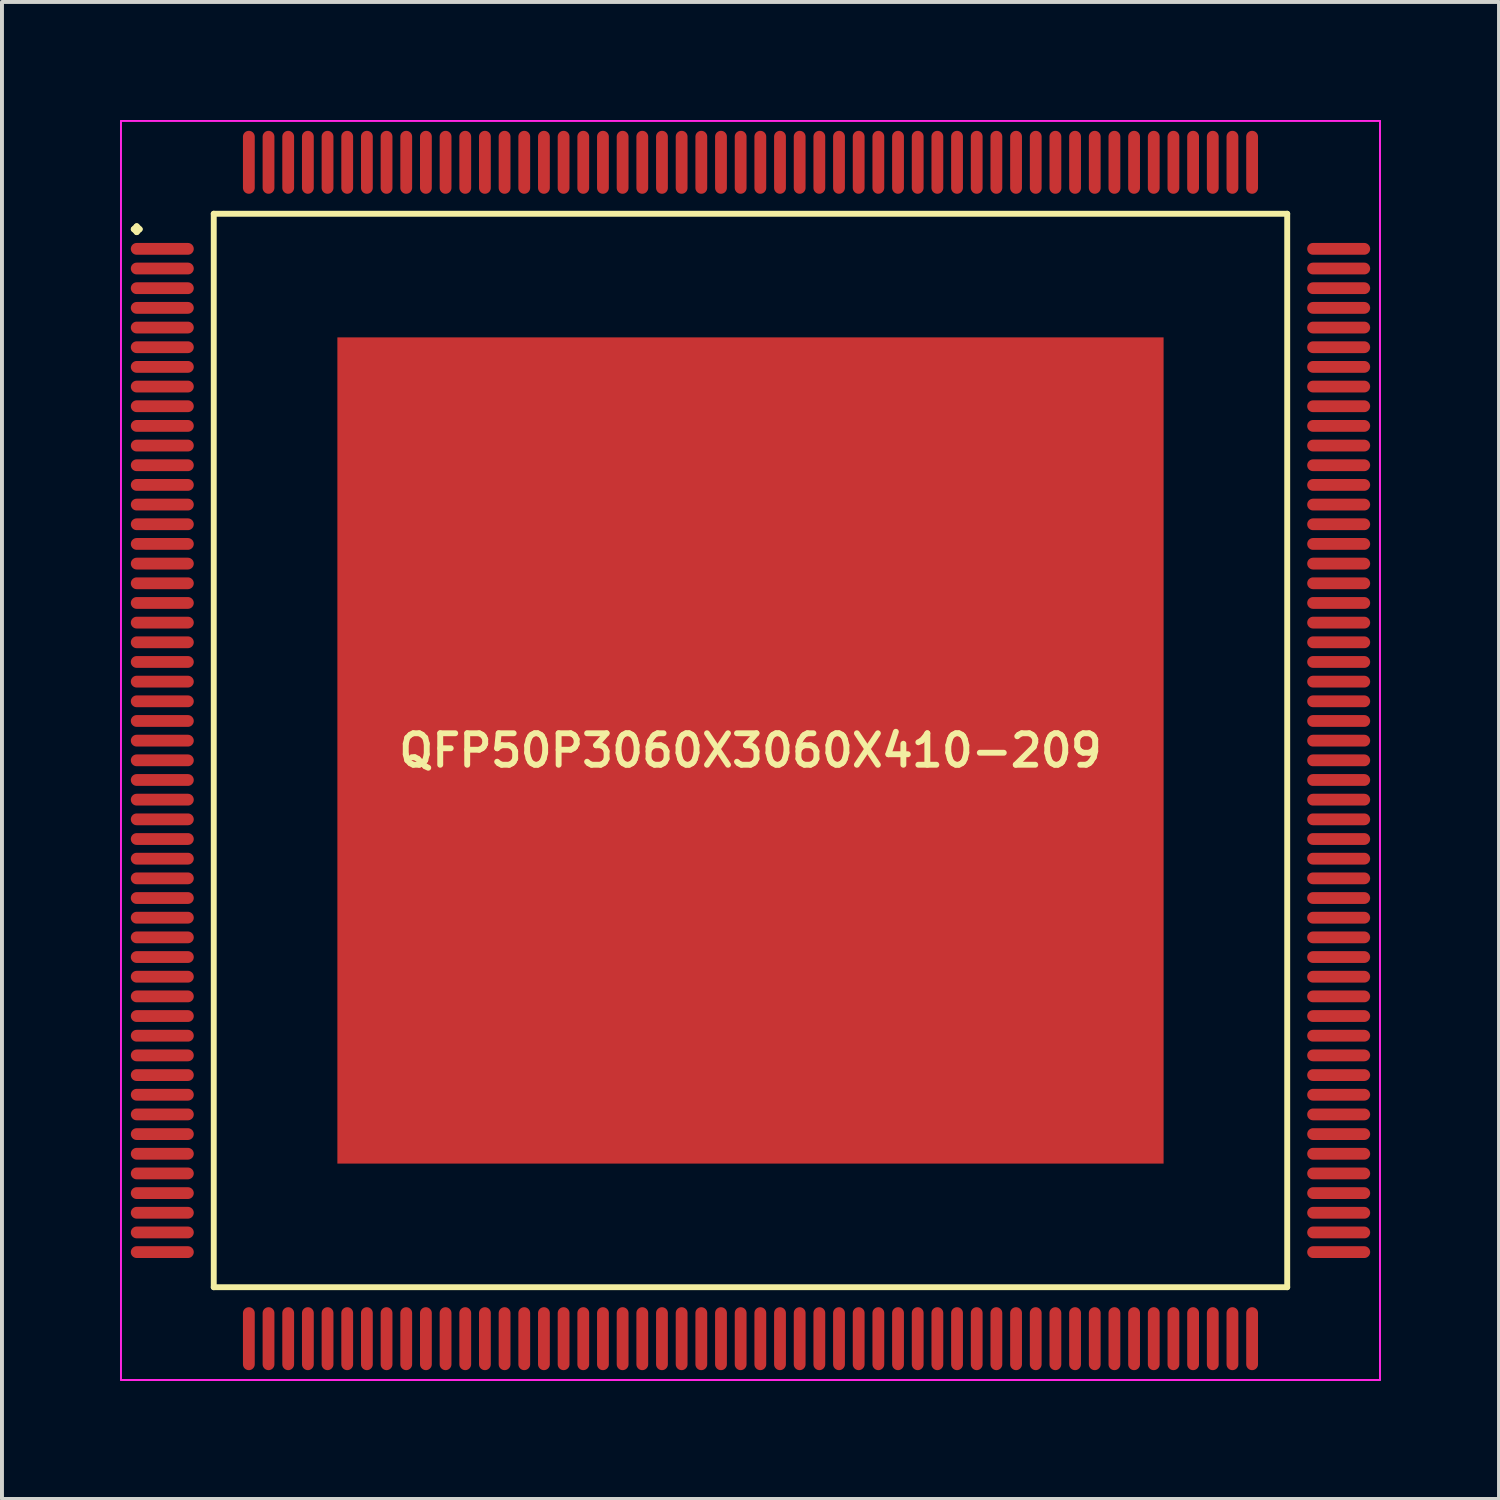
<source format=kicad_pcb>
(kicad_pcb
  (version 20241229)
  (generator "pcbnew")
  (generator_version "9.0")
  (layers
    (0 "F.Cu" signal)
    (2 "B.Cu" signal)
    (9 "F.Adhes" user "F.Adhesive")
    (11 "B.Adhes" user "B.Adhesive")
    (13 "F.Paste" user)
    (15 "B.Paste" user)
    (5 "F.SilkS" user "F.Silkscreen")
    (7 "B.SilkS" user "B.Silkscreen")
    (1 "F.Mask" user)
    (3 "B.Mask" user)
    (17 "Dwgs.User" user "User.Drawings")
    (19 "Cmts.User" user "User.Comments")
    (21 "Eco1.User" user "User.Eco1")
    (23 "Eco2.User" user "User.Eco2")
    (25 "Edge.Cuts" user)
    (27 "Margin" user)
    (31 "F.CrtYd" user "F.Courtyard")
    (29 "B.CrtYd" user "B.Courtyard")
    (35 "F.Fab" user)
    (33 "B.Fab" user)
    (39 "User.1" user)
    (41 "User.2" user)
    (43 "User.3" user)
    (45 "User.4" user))
  (footprint "QFP50P3060X3060X410-209"
    (layer "F.Cu")
    (at 16.025 16.025)
    (property "Reference" "QFP50P3060X3060X410-209" (at 0 0 0) (layer "F.SilkS") (effects (font (size 0.8 0.8) (thickness 0.15))))
    (attr smd)
    (fp_line (start -15.675 -13.25) (end -15.6 -13.325) (stroke (width 0.15) (type solid)) (layer "F.SilkS"))
    (fp_line (start -15.6 -13.325) (end -15.525 -13.25) (stroke (width 0.15) (type solid)) (layer "F.SilkS"))
    (fp_line (start -15.6 -13.175) (end -15.675 -13.25) (stroke (width 0.15) (type solid)) (layer "F.SilkS"))
    (fp_line (start -15.525 -13.25) (end -15.6 -13.175) (stroke (width 0.15) (type solid)) (layer "F.SilkS"))
    (fp_line (start -13.642 -13.642) (end -13.642 13.642) (stroke (width 0.15) (type solid)) (layer "F.SilkS"))
    (fp_line (start -13.642 13.642) (end 13.642 13.642) (stroke (width 0.15) (type solid)) (layer "F.SilkS"))
    (fp_line (start 13.642 -13.642) (end -13.642 -13.642) (stroke (width 0.15) (type solid)) (layer "F.SilkS"))
    (fp_line (start 13.642 13.642) (end 13.642 -13.642) (stroke (width 0.15) (type solid)) (layer "F.SilkS"))
    (fp_line (start -16 -16) (end 16 -16) (stroke (width 0.05) (type solid)) (layer "F.CrtYd"))
    (fp_line (start -16 16) (end -16 -16) (stroke (width 0.05) (type solid)) (layer "F.CrtYd"))
    (fp_line (start 16 -16) (end 16 16) (stroke (width 0.05) (type solid)) (layer "F.CrtYd"))
    (fp_line (start 16 16) (end -16 16) (stroke (width 0.05) (type solid)) (layer "F.CrtYd"))
    (pad "1" smd oval (at -14.95 -12.75) (size 1.6 0.3) (layers "F.Cu" "F.Mask" "F.Paste"))
    (pad "2" smd oval (at -14.95 -12.25) (size 1.6 0.3) (layers "F.Cu" "F.Mask" "F.Paste"))
    (pad "3" smd oval (at -14.95 -11.75) (size 1.6 0.3) (layers "F.Cu" "F.Mask" "F.Paste"))
    (pad "4" smd oval (at -14.95 -11.25) (size 1.6 0.3) (layers "F.Cu" "F.Mask" "F.Paste"))
    (pad "5" smd oval (at -14.95 -10.75) (size 1.6 0.3) (layers "F.Cu" "F.Mask" "F.Paste"))
    (pad "6" smd oval (at -14.95 -10.25) (size 1.6 0.3) (layers "F.Cu" "F.Mask" "F.Paste"))
    (pad "7" smd oval (at -14.95 -9.75) (size 1.6 0.3) (layers "F.Cu" "F.Mask" "F.Paste"))
    (pad "8" smd oval (at -14.95 -9.25) (size 1.6 0.3) (layers "F.Cu" "F.Mask" "F.Paste"))
    (pad "9" smd oval (at -14.95 -8.75) (size 1.6 0.3) (layers "F.Cu" "F.Mask" "F.Paste"))
    (pad "10" smd oval (at -14.95 -8.25) (size 1.6 0.3) (layers "F.Cu" "F.Mask" "F.Paste"))
    (pad "11" smd oval (at -14.95 -7.75) (size 1.6 0.3) (layers "F.Cu" "F.Mask" "F.Paste"))
    (pad "12" smd oval (at -14.95 -7.25) (size 1.6 0.3) (layers "F.Cu" "F.Mask" "F.Paste"))
    (pad "13" smd oval (at -14.95 -6.75) (size 1.6 0.3) (layers "F.Cu" "F.Mask" "F.Paste"))
    (pad "14" smd oval (at -14.95 -6.25) (size 1.6 0.3) (layers "F.Cu" "F.Mask" "F.Paste"))
    (pad "15" smd oval (at -14.95 -5.75) (size 1.6 0.3) (layers "F.Cu" "F.Mask" "F.Paste"))
    (pad "16" smd oval (at -14.95 -5.25) (size 1.6 0.3) (layers "F.Cu" "F.Mask" "F.Paste"))
    (pad "17" smd oval (at -14.95 -4.75) (size 1.6 0.3) (layers "F.Cu" "F.Mask" "F.Paste"))
    (pad "18" smd oval (at -14.95 -4.25) (size 1.6 0.3) (layers "F.Cu" "F.Mask" "F.Paste"))
    (pad "19" smd oval (at -14.95 -3.75) (size 1.6 0.3) (layers "F.Cu" "F.Mask" "F.Paste"))
    (pad "20" smd oval (at -14.95 -3.25) (size 1.6 0.3) (layers "F.Cu" "F.Mask" "F.Paste"))
    (pad "21" smd oval (at -14.95 -2.75) (size 1.6 0.3) (layers "F.Cu" "F.Mask" "F.Paste"))
    (pad "22" smd oval (at -14.95 -2.25) (size 1.6 0.3) (layers "F.Cu" "F.Mask" "F.Paste"))
    (pad "23" smd oval (at -14.95 -1.75) (size 1.6 0.3) (layers "F.Cu" "F.Mask" "F.Paste"))
    (pad "24" smd oval (at -14.95 -1.25) (size 1.6 0.3) (layers "F.Cu" "F.Mask" "F.Paste"))
    (pad "25" smd oval (at -14.95 -0.75) (size 1.6 0.3) (layers "F.Cu" "F.Mask" "F.Paste"))
    (pad "26" smd oval (at -14.95 -0.25) (size 1.6 0.3) (layers "F.Cu" "F.Mask" "F.Paste"))
    (pad "27" smd oval (at -14.95 0.25) (size 1.6 0.3) (layers "F.Cu" "F.Mask" "F.Paste"))
    (pad "28" smd oval (at -14.95 0.75) (size 1.6 0.3) (layers "F.Cu" "F.Mask" "F.Paste"))
    (pad "29" smd oval (at -14.95 1.25) (size 1.6 0.3) (layers "F.Cu" "F.Mask" "F.Paste"))
    (pad "30" smd oval (at -14.95 1.75) (size 1.6 0.3) (layers "F.Cu" "F.Mask" "F.Paste"))
    (pad "31" smd oval (at -14.95 2.25) (size 1.6 0.3) (layers "F.Cu" "F.Mask" "F.Paste"))
    (pad "32" smd oval (at -14.95 2.75) (size 1.6 0.3) (layers "F.Cu" "F.Mask" "F.Paste"))
    (pad "33" smd oval (at -14.95 3.25) (size 1.6 0.3) (layers "F.Cu" "F.Mask" "F.Paste"))
    (pad "34" smd oval (at -14.95 3.75) (size 1.6 0.3) (layers "F.Cu" "F.Mask" "F.Paste"))
    (pad "35" smd oval (at -14.95 4.25) (size 1.6 0.3) (layers "F.Cu" "F.Mask" "F.Paste"))
    (pad "36" smd oval (at -14.95 4.75) (size 1.6 0.3) (layers "F.Cu" "F.Mask" "F.Paste"))
    (pad "37" smd oval (at -14.95 5.25) (size 1.6 0.3) (layers "F.Cu" "F.Mask" "F.Paste"))
    (pad "38" smd oval (at -14.95 5.75) (size 1.6 0.3) (layers "F.Cu" "F.Mask" "F.Paste"))
    (pad "39" smd oval (at -14.95 6.25) (size 1.6 0.3) (layers "F.Cu" "F.Mask" "F.Paste"))
    (pad "40" smd oval (at -14.95 6.75) (size 1.6 0.3) (layers "F.Cu" "F.Mask" "F.Paste"))
    (pad "41" smd oval (at -14.95 7.25) (size 1.6 0.3) (layers "F.Cu" "F.Mask" "F.Paste"))
    (pad "42" smd oval (at -14.95 7.75) (size 1.6 0.3) (layers "F.Cu" "F.Mask" "F.Paste"))
    (pad "43" smd oval (at -14.95 8.25) (size 1.6 0.3) (layers "F.Cu" "F.Mask" "F.Paste"))
    (pad "44" smd oval (at -14.95 8.75) (size 1.6 0.3) (layers "F.Cu" "F.Mask" "F.Paste"))
    (pad "45" smd oval (at -14.95 9.25) (size 1.6 0.3) (layers "F.Cu" "F.Mask" "F.Paste"))
    (pad "46" smd oval (at -14.95 9.75) (size 1.6 0.3) (layers "F.Cu" "F.Mask" "F.Paste"))
    (pad "47" smd oval (at -14.95 10.25) (size 1.6 0.3) (layers "F.Cu" "F.Mask" "F.Paste"))
    (pad "48" smd oval (at -14.95 10.75) (size 1.6 0.3) (layers "F.Cu" "F.Mask" "F.Paste"))
    (pad "49" smd oval (at -14.95 11.25) (size 1.6 0.3) (layers "F.Cu" "F.Mask" "F.Paste"))
    (pad "50" smd oval (at -14.95 11.75) (size 1.6 0.3) (layers "F.Cu" "F.Mask" "F.Paste"))
    (pad "51" smd oval (at -14.95 12.25) (size 1.6 0.3) (layers "F.Cu" "F.Mask" "F.Paste"))
    (pad "52" smd oval (at -14.95 12.75) (size 1.6 0.3) (layers "F.Cu" "F.Mask" "F.Paste"))
    (pad "53" smd oval (at -12.75 14.95) (size 0.3 1.6) (layers "F.Cu" "F.Mask" "F.Paste"))
    (pad "54" smd oval (at -12.25 14.95) (size 0.3 1.6) (layers "F.Cu" "F.Mask" "F.Paste"))
    (pad "55" smd oval (at -11.75 14.95) (size 0.3 1.6) (layers "F.Cu" "F.Mask" "F.Paste"))
    (pad "56" smd oval (at -11.25 14.95) (size 0.3 1.6) (layers "F.Cu" "F.Mask" "F.Paste"))
    (pad "57" smd oval (at -10.75 14.95) (size 0.3 1.6) (layers "F.Cu" "F.Mask" "F.Paste"))
    (pad "58" smd oval (at -10.25 14.95) (size 0.3 1.6) (layers "F.Cu" "F.Mask" "F.Paste"))
    (pad "59" smd oval (at -9.75 14.95) (size 0.3 1.6) (layers "F.Cu" "F.Mask" "F.Paste"))
    (pad "60" smd oval (at -9.25 14.95) (size 0.3 1.6) (layers "F.Cu" "F.Mask" "F.Paste"))
    (pad "61" smd oval (at -8.75 14.95) (size 0.3 1.6) (layers "F.Cu" "F.Mask" "F.Paste"))
    (pad "62" smd oval (at -8.25 14.95) (size 0.3 1.6) (layers "F.Cu" "F.Mask" "F.Paste"))
    (pad "63" smd oval (at -7.75 14.95) (size 0.3 1.6) (layers "F.Cu" "F.Mask" "F.Paste"))
    (pad "64" smd oval (at -7.25 14.95) (size 0.3 1.6) (layers "F.Cu" "F.Mask" "F.Paste"))
    (pad "65" smd oval (at -6.75 14.95) (size 0.3 1.6) (layers "F.Cu" "F.Mask" "F.Paste"))
    (pad "66" smd oval (at -6.25 14.95) (size 0.3 1.6) (layers "F.Cu" "F.Mask" "F.Paste"))
    (pad "67" smd oval (at -5.75 14.95) (size 0.3 1.6) (layers "F.Cu" "F.Mask" "F.Paste"))
    (pad "68" smd oval (at -5.25 14.95) (size 0.3 1.6) (layers "F.Cu" "F.Mask" "F.Paste"))
    (pad "69" smd oval (at -4.75 14.95) (size 0.3 1.6) (layers "F.Cu" "F.Mask" "F.Paste"))
    (pad "70" smd oval (at -4.25 14.95) (size 0.3 1.6) (layers "F.Cu" "F.Mask" "F.Paste"))
    (pad "71" smd oval (at -3.75 14.95) (size 0.3 1.6) (layers "F.Cu" "F.Mask" "F.Paste"))
    (pad "72" smd oval (at -3.25 14.95) (size 0.3 1.6) (layers "F.Cu" "F.Mask" "F.Paste"))
    (pad "73" smd oval (at -2.75 14.95) (size 0.3 1.6) (layers "F.Cu" "F.Mask" "F.Paste"))
    (pad "74" smd oval (at -2.25 14.95) (size 0.3 1.6) (layers "F.Cu" "F.Mask" "F.Paste"))
    (pad "75" smd oval (at -1.75 14.95) (size 0.3 1.6) (layers "F.Cu" "F.Mask" "F.Paste"))
    (pad "76" smd oval (at -1.25 14.95) (size 0.3 1.6) (layers "F.Cu" "F.Mask" "F.Paste"))
    (pad "77" smd oval (at -0.75 14.95) (size 0.3 1.6) (layers "F.Cu" "F.Mask" "F.Paste"))
    (pad "78" smd oval (at -0.25 14.95) (size 0.3 1.6) (layers "F.Cu" "F.Mask" "F.Paste"))
    (pad "79" smd oval (at 0.25 14.95) (size 0.3 1.6) (layers "F.Cu" "F.Mask" "F.Paste"))
    (pad "80" smd oval (at 0.75 14.95) (size 0.3 1.6) (layers "F.Cu" "F.Mask" "F.Paste"))
    (pad "81" smd oval (at 1.25 14.95) (size 0.3 1.6) (layers "F.Cu" "F.Mask" "F.Paste"))
    (pad "82" smd oval (at 1.75 14.95) (size 0.3 1.6) (layers "F.Cu" "F.Mask" "F.Paste"))
    (pad "83" smd oval (at 2.25 14.95) (size 0.3 1.6) (layers "F.Cu" "F.Mask" "F.Paste"))
    (pad "84" smd oval (at 2.75 14.95) (size 0.3 1.6) (layers "F.Cu" "F.Mask" "F.Paste"))
    (pad "85" smd oval (at 3.25 14.95) (size 0.3 1.6) (layers "F.Cu" "F.Mask" "F.Paste"))
    (pad "86" smd oval (at 3.75 14.95) (size 0.3 1.6) (layers "F.Cu" "F.Mask" "F.Paste"))
    (pad "87" smd oval (at 4.25 14.95) (size 0.3 1.6) (layers "F.Cu" "F.Mask" "F.Paste"))
    (pad "88" smd oval (at 4.75 14.95) (size 0.3 1.6) (layers "F.Cu" "F.Mask" "F.Paste"))
    (pad "89" smd oval (at 5.25 14.95) (size 0.3 1.6) (layers "F.Cu" "F.Mask" "F.Paste"))
    (pad "90" smd oval (at 5.75 14.95) (size 0.3 1.6) (layers "F.Cu" "F.Mask" "F.Paste"))
    (pad "91" smd oval (at 6.25 14.95) (size 0.3 1.6) (layers "F.Cu" "F.Mask" "F.Paste"))
    (pad "92" smd oval (at 6.75 14.95) (size 0.3 1.6) (layers "F.Cu" "F.Mask" "F.Paste"))
    (pad "93" smd oval (at 7.25 14.95) (size 0.3 1.6) (layers "F.Cu" "F.Mask" "F.Paste"))
    (pad "94" smd oval (at 7.75 14.95) (size 0.3 1.6) (layers "F.Cu" "F.Mask" "F.Paste"))
    (pad "95" smd oval (at 8.25 14.95) (size 0.3 1.6) (layers "F.Cu" "F.Mask" "F.Paste"))
    (pad "96" smd oval (at 8.75 14.95) (size 0.3 1.6) (layers "F.Cu" "F.Mask" "F.Paste"))
    (pad "97" smd oval (at 9.25 14.95) (size 0.3 1.6) (layers "F.Cu" "F.Mask" "F.Paste"))
    (pad "98" smd oval (at 9.75 14.95) (size 0.3 1.6) (layers "F.Cu" "F.Mask" "F.Paste"))
    (pad "99" smd oval (at 10.25 14.95) (size 0.3 1.6) (layers "F.Cu" "F.Mask" "F.Paste"))
    (pad "100" smd oval (at 10.75 14.95) (size 0.3 1.6) (layers "F.Cu" "F.Mask" "F.Paste"))
    (pad "101" smd oval (at 11.25 14.95) (size 0.3 1.6) (layers "F.Cu" "F.Mask" "F.Paste"))
    (pad "102" smd oval (at 11.75 14.95) (size 0.3 1.6) (layers "F.Cu" "F.Mask" "F.Paste"))
    (pad "103" smd oval (at 12.25 14.95) (size 0.3 1.6) (layers "F.Cu" "F.Mask" "F.Paste"))
    (pad "104" smd oval (at 12.75 14.95) (size 0.3 1.6) (layers "F.Cu" "F.Mask" "F.Paste"))
    (pad "105" smd oval (at 14.95 12.75) (size 1.6 0.3) (layers "F.Cu" "F.Mask" "F.Paste"))
    (pad "106" smd oval (at 14.95 12.25) (size 1.6 0.3) (layers "F.Cu" "F.Mask" "F.Paste"))
    (pad "107" smd oval (at 14.95 11.75) (size 1.6 0.3) (layers "F.Cu" "F.Mask" "F.Paste"))
    (pad "108" smd oval (at 14.95 11.25) (size 1.6 0.3) (layers "F.Cu" "F.Mask" "F.Paste"))
    (pad "109" smd oval (at 14.95 10.75) (size 1.6 0.3) (layers "F.Cu" "F.Mask" "F.Paste"))
    (pad "110" smd oval (at 14.95 10.25) (size 1.6 0.3) (layers "F.Cu" "F.Mask" "F.Paste"))
    (pad "111" smd oval (at 14.95 9.75) (size 1.6 0.3) (layers "F.Cu" "F.Mask" "F.Paste"))
    (pad "112" smd oval (at 14.95 9.25) (size 1.6 0.3) (layers "F.Cu" "F.Mask" "F.Paste"))
    (pad "113" smd oval (at 14.95 8.75) (size 1.6 0.3) (layers "F.Cu" "F.Mask" "F.Paste"))
    (pad "114" smd oval (at 14.95 8.25) (size 1.6 0.3) (layers "F.Cu" "F.Mask" "F.Paste"))
    (pad "115" smd oval (at 14.95 7.75) (size 1.6 0.3) (layers "F.Cu" "F.Mask" "F.Paste"))
    (pad "116" smd oval (at 14.95 7.25) (size 1.6 0.3) (layers "F.Cu" "F.Mask" "F.Paste"))
    (pad "117" smd oval (at 14.95 6.75) (size 1.6 0.3) (layers "F.Cu" "F.Mask" "F.Paste"))
    (pad "118" smd oval (at 14.95 6.25) (size 1.6 0.3) (layers "F.Cu" "F.Mask" "F.Paste"))
    (pad "119" smd oval (at 14.95 5.75) (size 1.6 0.3) (layers "F.Cu" "F.Mask" "F.Paste"))
    (pad "120" smd oval (at 14.95 5.25) (size 1.6 0.3) (layers "F.Cu" "F.Mask" "F.Paste"))
    (pad "121" smd oval (at 14.95 4.75) (size 1.6 0.3) (layers "F.Cu" "F.Mask" "F.Paste"))
    (pad "122" smd oval (at 14.95 4.25) (size 1.6 0.3) (layers "F.Cu" "F.Mask" "F.Paste"))
    (pad "123" smd oval (at 14.95 3.75) (size 1.6 0.3) (layers "F.Cu" "F.Mask" "F.Paste"))
    (pad "124" smd oval (at 14.95 3.25) (size 1.6 0.3) (layers "F.Cu" "F.Mask" "F.Paste"))
    (pad "125" smd oval (at 14.95 2.75) (size 1.6 0.3) (layers "F.Cu" "F.Mask" "F.Paste"))
    (pad "126" smd oval (at 14.95 2.25) (size 1.6 0.3) (layers "F.Cu" "F.Mask" "F.Paste"))
    (pad "127" smd oval (at 14.95 1.75) (size 1.6 0.3) (layers "F.Cu" "F.Mask" "F.Paste"))
    (pad "128" smd oval (at 14.95 1.25) (size 1.6 0.3) (layers "F.Cu" "F.Mask" "F.Paste"))
    (pad "129" smd oval (at 14.95 0.75) (size 1.6 0.3) (layers "F.Cu" "F.Mask" "F.Paste"))
    (pad "130" smd oval (at 14.95 0.25) (size 1.6 0.3) (layers "F.Cu" "F.Mask" "F.Paste"))
    (pad "131" smd oval (at 14.95 -0.25) (size 1.6 0.3) (layers "F.Cu" "F.Mask" "F.Paste"))
    (pad "132" smd oval (at 14.95 -0.75) (size 1.6 0.3) (layers "F.Cu" "F.Mask" "F.Paste"))
    (pad "133" smd oval (at 14.95 -1.25) (size 1.6 0.3) (layers "F.Cu" "F.Mask" "F.Paste"))
    (pad "134" smd oval (at 14.95 -1.75) (size 1.6 0.3) (layers "F.Cu" "F.Mask" "F.Paste"))
    (pad "135" smd oval (at 14.95 -2.25) (size 1.6 0.3) (layers "F.Cu" "F.Mask" "F.Paste"))
    (pad "136" smd oval (at 14.95 -2.75) (size 1.6 0.3) (layers "F.Cu" "F.Mask" "F.Paste"))
    (pad "137" smd oval (at 14.95 -3.25) (size 1.6 0.3) (layers "F.Cu" "F.Mask" "F.Paste"))
    (pad "138" smd oval (at 14.95 -3.75) (size 1.6 0.3) (layers "F.Cu" "F.Mask" "F.Paste"))
    (pad "139" smd oval (at 14.95 -4.25) (size 1.6 0.3) (layers "F.Cu" "F.Mask" "F.Paste"))
    (pad "140" smd oval (at 14.95 -4.75) (size 1.6 0.3) (layers "F.Cu" "F.Mask" "F.Paste"))
    (pad "141" smd oval (at 14.95 -5.25) (size 1.6 0.3) (layers "F.Cu" "F.Mask" "F.Paste"))
    (pad "142" smd oval (at 14.95 -5.75) (size 1.6 0.3) (layers "F.Cu" "F.Mask" "F.Paste"))
    (pad "143" smd oval (at 14.95 -6.25) (size 1.6 0.3) (layers "F.Cu" "F.Mask" "F.Paste"))
    (pad "144" smd oval (at 14.95 -6.75) (size 1.6 0.3) (layers "F.Cu" "F.Mask" "F.Paste"))
    (pad "145" smd oval (at 14.95 -7.25) (size 1.6 0.3) (layers "F.Cu" "F.Mask" "F.Paste"))
    (pad "146" smd oval (at 14.95 -7.75) (size 1.6 0.3) (layers "F.Cu" "F.Mask" "F.Paste"))
    (pad "147" smd oval (at 14.95 -8.25) (size 1.6 0.3) (layers "F.Cu" "F.Mask" "F.Paste"))
    (pad "148" smd oval (at 14.95 -8.75) (size 1.6 0.3) (layers "F.Cu" "F.Mask" "F.Paste"))
    (pad "149" smd oval (at 14.95 -9.25) (size 1.6 0.3) (layers "F.Cu" "F.Mask" "F.Paste"))
    (pad "150" smd oval (at 14.95 -9.75) (size 1.6 0.3) (layers "F.Cu" "F.Mask" "F.Paste"))
    (pad "151" smd oval (at 14.95 -10.25) (size 1.6 0.3) (layers "F.Cu" "F.Mask" "F.Paste"))
    (pad "152" smd oval (at 14.95 -10.75) (size 1.6 0.3) (layers "F.Cu" "F.Mask" "F.Paste"))
    (pad "153" smd oval (at 14.95 -11.25) (size 1.6 0.3) (layers "F.Cu" "F.Mask" "F.Paste"))
    (pad "154" smd oval (at 14.95 -11.75) (size 1.6 0.3) (layers "F.Cu" "F.Mask" "F.Paste"))
    (pad "155" smd oval (at 14.95 -12.25) (size 1.6 0.3) (layers "F.Cu" "F.Mask" "F.Paste"))
    (pad "156" smd oval (at 14.95 -12.75) (size 1.6 0.3) (layers "F.Cu" "F.Mask" "F.Paste"))
    (pad "157" smd oval (at 12.75 -14.95) (size 0.3 1.6) (layers "F.Cu" "F.Mask" "F.Paste"))
    (pad "158" smd oval (at 12.25 -14.95) (size 0.3 1.6) (layers "F.Cu" "F.Mask" "F.Paste"))
    (pad "159" smd oval (at 11.75 -14.95) (size 0.3 1.6) (layers "F.Cu" "F.Mask" "F.Paste"))
    (pad "160" smd oval (at 11.25 -14.95) (size 0.3 1.6) (layers "F.Cu" "F.Mask" "F.Paste"))
    (pad "161" smd oval (at 10.75 -14.95) (size 0.3 1.6) (layers "F.Cu" "F.Mask" "F.Paste"))
    (pad "162" smd oval (at 10.25 -14.95) (size 0.3 1.6) (layers "F.Cu" "F.Mask" "F.Paste"))
    (pad "163" smd oval (at 9.75 -14.95) (size 0.3 1.6) (layers "F.Cu" "F.Mask" "F.Paste"))
    (pad "164" smd oval (at 9.25 -14.95) (size 0.3 1.6) (layers "F.Cu" "F.Mask" "F.Paste"))
    (pad "165" smd oval (at 8.75 -14.95) (size 0.3 1.6) (layers "F.Cu" "F.Mask" "F.Paste"))
    (pad "166" smd oval (at 8.25 -14.95) (size 0.3 1.6) (layers "F.Cu" "F.Mask" "F.Paste"))
    (pad "167" smd oval (at 7.75 -14.95) (size 0.3 1.6) (layers "F.Cu" "F.Mask" "F.Paste"))
    (pad "168" smd oval (at 7.25 -14.95) (size 0.3 1.6) (layers "F.Cu" "F.Mask" "F.Paste"))
    (pad "169" smd oval (at 6.75 -14.95) (size 0.3 1.6) (layers "F.Cu" "F.Mask" "F.Paste"))
    (pad "170" smd oval (at 6.25 -14.95) (size 0.3 1.6) (layers "F.Cu" "F.Mask" "F.Paste"))
    (pad "171" smd oval (at 5.75 -14.95) (size 0.3 1.6) (layers "F.Cu" "F.Mask" "F.Paste"))
    (pad "172" smd oval (at 5.25 -14.95) (size 0.3 1.6) (layers "F.Cu" "F.Mask" "F.Paste"))
    (pad "173" smd oval (at 4.75 -14.95) (size 0.3 1.6) (layers "F.Cu" "F.Mask" "F.Paste"))
    (pad "174" smd oval (at 4.25 -14.95) (size 0.3 1.6) (layers "F.Cu" "F.Mask" "F.Paste"))
    (pad "175" smd oval (at 3.75 -14.95) (size 0.3 1.6) (layers "F.Cu" "F.Mask" "F.Paste"))
    (pad "176" smd oval (at 3.25 -14.95) (size 0.3 1.6) (layers "F.Cu" "F.Mask" "F.Paste"))
    (pad "177" smd oval (at 2.75 -14.95) (size 0.3 1.6) (layers "F.Cu" "F.Mask" "F.Paste"))
    (pad "178" smd oval (at 2.25 -14.95) (size 0.3 1.6) (layers "F.Cu" "F.Mask" "F.Paste"))
    (pad "179" smd oval (at 1.75 -14.95) (size 0.3 1.6) (layers "F.Cu" "F.Mask" "F.Paste"))
    (pad "180" smd oval (at 1.25 -14.95) (size 0.3 1.6) (layers "F.Cu" "F.Mask" "F.Paste"))
    (pad "181" smd oval (at 0.75 -14.95) (size 0.3 1.6) (layers "F.Cu" "F.Mask" "F.Paste"))
    (pad "182" smd oval (at 0.25 -14.95) (size 0.3 1.6) (layers "F.Cu" "F.Mask" "F.Paste"))
    (pad "183" smd oval (at -0.25 -14.95) (size 0.3 1.6) (layers "F.Cu" "F.Mask" "F.Paste"))
    (pad "184" smd oval (at -0.75 -14.95) (size 0.3 1.6) (layers "F.Cu" "F.Mask" "F.Paste"))
    (pad "185" smd oval (at -1.25 -14.95) (size 0.3 1.6) (layers "F.Cu" "F.Mask" "F.Paste"))
    (pad "186" smd oval (at -1.75 -14.95) (size 0.3 1.6) (layers "F.Cu" "F.Mask" "F.Paste"))
    (pad "187" smd oval (at -2.25 -14.95) (size 0.3 1.6) (layers "F.Cu" "F.Mask" "F.Paste"))
    (pad "188" smd oval (at -2.75 -14.95) (size 0.3 1.6) (layers "F.Cu" "F.Mask" "F.Paste"))
    (pad "189" smd oval (at -3.25 -14.95) (size 0.3 1.6) (layers "F.Cu" "F.Mask" "F.Paste"))
    (pad "190" smd oval (at -3.75 -14.95) (size 0.3 1.6) (layers "F.Cu" "F.Mask" "F.Paste"))
    (pad "191" smd oval (at -4.25 -14.95) (size 0.3 1.6) (layers "F.Cu" "F.Mask" "F.Paste"))
    (pad "192" smd oval (at -4.75 -14.95) (size 0.3 1.6) (layers "F.Cu" "F.Mask" "F.Paste"))
    (pad "193" smd oval (at -5.25 -14.95) (size 0.3 1.6) (layers "F.Cu" "F.Mask" "F.Paste"))
    (pad "194" smd oval (at -5.75 -14.95) (size 0.3 1.6) (layers "F.Cu" "F.Mask" "F.Paste"))
    (pad "195" smd oval (at -6.25 -14.95) (size 0.3 1.6) (layers "F.Cu" "F.Mask" "F.Paste"))
    (pad "196" smd oval (at -6.75 -14.95) (size 0.3 1.6) (layers "F.Cu" "F.Mask" "F.Paste"))
    (pad "197" smd oval (at -7.25 -14.95) (size 0.3 1.6) (layers "F.Cu" "F.Mask" "F.Paste"))
    (pad "198" smd oval (at -7.75 -14.95) (size 0.3 1.6) (layers "F.Cu" "F.Mask" "F.Paste"))
    (pad "199" smd oval (at -8.25 -14.95) (size 0.3 1.6) (layers "F.Cu" "F.Mask" "F.Paste"))
    (pad "200" smd oval (at -8.75 -14.95) (size 0.3 1.6) (layers "F.Cu" "F.Mask" "F.Paste"))
    (pad "201" smd oval (at -9.25 -14.95) (size 0.3 1.6) (layers "F.Cu" "F.Mask" "F.Paste"))
    (pad "202" smd oval (at -9.75 -14.95) (size 0.3 1.6) (layers "F.Cu" "F.Mask" "F.Paste"))
    (pad "203" smd oval (at -10.25 -14.95) (size 0.3 1.6) (layers "F.Cu" "F.Mask" "F.Paste"))
    (pad "204" smd oval (at -10.75 -14.95) (size 0.3 1.6) (layers "F.Cu" "F.Mask" "F.Paste"))
    (pad "205" smd oval (at -11.25 -14.95) (size 0.3 1.6) (layers "F.Cu" "F.Mask" "F.Paste"))
    (pad "206" smd oval (at -11.75 -14.95) (size 0.3 1.6) (layers "F.Cu" "F.Mask" "F.Paste"))
    (pad "207" smd oval (at -12.25 -14.95) (size 0.3 1.6) (layers "F.Cu" "F.Mask" "F.Paste"))
    (pad "208" smd oval (at -12.75 -14.95) (size 0.3 1.6) (layers "F.Cu" "F.Mask" "F.Paste"))
    (pad "209" smd rect (at 0 0) (size 21 21) (layers "F.Cu" "F.Mask" "F.Paste")))
  (gr_rect
    (start -3 -3)
    (end 35.05 35.05)
    (stroke (width 0.1) (type default))
    (fill no)
    (layer "Edge.Cuts")))
</source>
